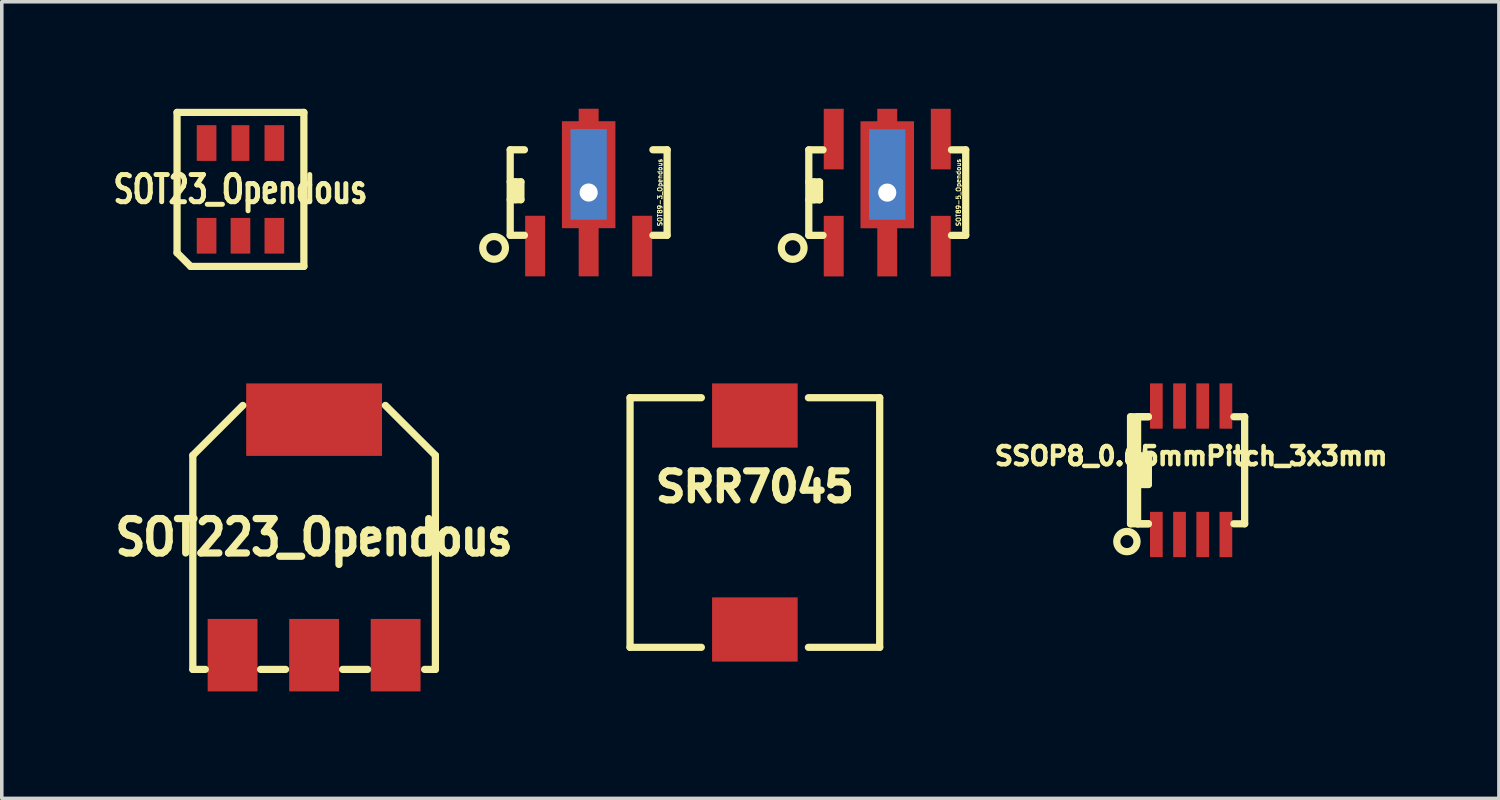
<source format=kicad_pcb>
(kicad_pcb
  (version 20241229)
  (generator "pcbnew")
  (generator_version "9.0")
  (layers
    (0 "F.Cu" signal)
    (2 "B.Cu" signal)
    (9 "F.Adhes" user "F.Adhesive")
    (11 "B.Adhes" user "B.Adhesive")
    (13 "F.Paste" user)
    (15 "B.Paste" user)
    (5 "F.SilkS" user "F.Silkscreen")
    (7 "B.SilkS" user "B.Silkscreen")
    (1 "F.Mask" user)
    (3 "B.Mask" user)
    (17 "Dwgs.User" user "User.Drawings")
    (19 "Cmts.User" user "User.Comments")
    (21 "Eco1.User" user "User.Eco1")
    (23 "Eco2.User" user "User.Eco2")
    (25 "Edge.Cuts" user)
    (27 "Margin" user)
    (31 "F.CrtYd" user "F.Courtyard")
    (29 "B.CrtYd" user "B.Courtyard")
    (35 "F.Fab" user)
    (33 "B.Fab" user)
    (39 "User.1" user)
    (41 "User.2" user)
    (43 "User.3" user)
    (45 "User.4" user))
  (footprint "SOT223_Opendous"
    (layer "F.Cu")
    (at 5.758 12.02)
    (property "Reference" "SOT223_Opendous" (at 0 0 0) (layer "F.SilkS") (effects (font (size 0.965 0.813) (thickness 0.203))))
    (attr smd)
    (fp_line (start -3.401 -2.301) (end -3.401 3.701) (stroke (width 0.203) (type solid)) (layer "F.SilkS"))
    (fp_line (start -3.401 -2.301) (end -1.999 -3.701) (stroke (width 0.203) (type solid)) (layer "F.SilkS"))
    (fp_line (start -3.401 3.701) (end -3.051 3.701) (stroke (width 0.203) (type solid)) (layer "F.SilkS"))
    (fp_line (start -0.8 3.701) (end -1.501 3.701) (stroke (width 0.203) (type solid)) (layer "F.SilkS"))
    (fp_line (start 1.501 3.701) (end 0.8 3.701) (stroke (width 0.203) (type solid)) (layer "F.SilkS"))
    (fp_line (start 3.401 -2.301) (end 1.999 -3.701) (stroke (width 0.203) (type solid)) (layer "F.SilkS"))
    (fp_line (start 3.401 -2.301) (end 3.401 3.701) (stroke (width 0.203) (type solid)) (layer "F.SilkS"))
    (fp_line (start 3.401 3.701) (end 3.099 3.701) (stroke (width 0.203) (type solid)) (layer "F.SilkS"))
    (pad "1" smd rect (at -2.286 3.302) (size 1.397 2.032) (layers "F.Cu" "F.Mask" "F.Paste"))
    (pad "2" smd rect (at 0 3.302) (size 1.397 2.032) (layers "F.Cu" "F.Mask" "F.Paste"))
    (pad "3" smd rect (at 2.286 3.302) (size 1.397 2.032) (layers "F.Cu" "F.Mask" "F.Paste"))
    (pad "4" smd rect (at 0 -3.302) (size 3.81 2.032) (layers "F.Cu" "F.Mask" "F.Paste")))
  (footprint "SRR7045"
    (layer "F.Cu")
    (at 18.118 11.602)
    (property "Reference" "SRR7045" (at 0 -1.001 0) (layer "F.SilkS") (effects (font (size 0.813 0.813) (thickness 0.203))))
    (attr through_hole)
    (fp_line (start -3.5 -3.5) (end -3.5 3.5) (stroke (width 0.203) (type solid)) (layer "F.SilkS"))
    (fp_line (start -3.5 -3.5) (end -1.501 -3.5) (stroke (width 0.203) (type solid)) (layer "F.SilkS"))
    (fp_line (start -3.5 3.5) (end -1.501 3.5) (stroke (width 0.203) (type solid)) (layer "F.SilkS"))
    (fp_line (start 1.501 -3.5) (end 3.5 -3.5) (stroke (width 0.203) (type solid)) (layer "F.SilkS"))
    (fp_line (start 3.5 -3.5) (end 3.5 3.5) (stroke (width 0.203) (type solid)) (layer "F.SilkS"))
    (fp_line (start 3.5 3.5) (end 1.501 3.5) (stroke (width 0.203) (type solid)) (layer "F.SilkS"))
    (pad "1" smd rect (at 0 -3) (size 2.4 1.801) (layers "F.Cu" "F.Mask" "F.Paste"))
    (pad "2" smd rect (at 0 3) (size 2.4 1.801) (layers "F.Cu" "F.Mask" "F.Paste")))
  (footprint "SSOP8_0.65mmPitch_3x3mm"
    (layer "F.Cu")
    (at 30.351 10.137)
    (property "Reference" "SSOP8_0.65mmPitch_3x3mm" (at 0 -0.399 0) (layer "F.SilkS") (effects (font (size 0.508 0.508) (thickness 0.127))))
    (attr through_hole)
    (fp_line (start -1.699 -1.501) (end -1.699 1.501) (stroke (width 0.203) (type solid)) (layer "F.SilkS"))
    (fp_line (start -1.699 1.501) (end -1.199 1.501) (stroke (width 0.203) (type solid)) (layer "F.SilkS"))
    (fp_line (start -1.501 -1.501) (end -1.501 1.501) (stroke (width 0.203) (type solid)) (layer "F.SilkS"))
    (fp_line (start -1.501 -1.501) (end -1.199 -1.501) (stroke (width 0.203) (type solid)) (layer "F.SilkS"))
    (fp_line (start -1.501 0.399) (end -1.199 0.399) (stroke (width 0.203) (type solid)) (layer "F.SilkS"))
    (fp_line (start -1.501 1.501) (end -1.199 1.501) (stroke (width 0.203) (type solid)) (layer "F.SilkS"))
    (fp_line (start -1.4 -0.399) (end -1.4 0.399) (stroke (width 0.203) (type solid)) (layer "F.SilkS"))
    (fp_line (start -1.3 0.399) (end -1.3 -0.399) (stroke (width 0.203) (type solid)) (layer "F.SilkS"))
    (fp_line (start -1.199 -1.501) (end -1.699 -1.501) (stroke (width 0.203) (type solid)) (layer "F.SilkS"))
    (fp_line (start -1.199 -0.399) (end -1.501 -0.399) (stroke (width 0.203) (type solid)) (layer "F.SilkS"))
    (fp_line (start -1.199 0.399) (end -1.199 -0.399) (stroke (width 0.203) (type solid)) (layer "F.SilkS"))
    (fp_line (start 1.501 -1.501) (end 1.199 -1.501) (stroke (width 0.203) (type solid)) (layer "F.SilkS"))
    (fp_line (start 1.501 -1.501) (end 1.501 1.501) (stroke (width 0.203) (type solid)) (layer "F.SilkS"))
    (fp_line (start 1.501 1.501) (end 1.199 1.501) (stroke (width 0.203) (type solid)) (layer "F.SilkS"))
    (fp_circle (center -1.801 1.999) (end -1.6 2.2) (stroke (width 0.203) (type solid)) (fill no) (layer "F.SilkS"))
    (pad "1" smd rect (at -0.975 1.801) (size 0.356 1.27) (layers "F.Cu" "F.Mask" "F.Paste"))
    (pad "2" smd rect (at -0.325 1.801) (size 0.356 1.27) (layers "F.Cu" "F.Mask" "F.Paste"))
    (pad "3" smd rect (at 0.325 1.801) (size 0.356 1.27) (layers "F.Cu" "F.Mask" "F.Paste"))
    (pad "4" smd rect (at 0.975 1.801) (size 0.356 1.27) (layers "F.Cu" "F.Mask" "F.Paste"))
    (pad "5" smd rect (at 0.975 -1.801) (size 0.356 1.27) (layers "F.Cu" "F.Mask" "F.Paste"))
    (pad "6" smd rect (at 0.325 -1.801) (size 0.356 1.27) (layers "F.Cu" "F.Mask" "F.Paste"))
    (pad "7" smd rect (at -0.325 -1.801) (size 0.356 1.27) (layers "F.Cu" "F.Mask" "F.Paste"))
    (pad "8" smd rect (at -0.975 -1.801) (size 0.356 1.27) (layers "F.Cu" "F.Mask" "F.Paste")))
  (footprint "SOT23_Opendous"
    (layer "F.Cu")
    (at 3.693 2.261)
    (property "Reference" "SOT23_Opendous" (at 0 0 0) (layer "F.SilkS") (effects (font (size 0.762 0.559) (thickness 0.14))))
    (attr smd)
    (fp_line (start -1.778 -2.159) (end -1.778 1.778) (stroke (width 0.203) (type solid)) (layer "F.SilkS"))
    (fp_line (start -1.778 -2.159) (end 1.778 -2.159) (stroke (width 0.203) (type solid)) (layer "F.SilkS"))
    (fp_line (start -1.397 2.159) (end -1.778 1.778) (stroke (width 0.203) (type solid)) (layer "F.SilkS"))
    (fp_line (start 1.778 -2.159) (end 1.778 2.159) (stroke (width 0.203) (type solid)) (layer "F.SilkS"))
    (fp_line (start 1.778 2.159) (end -1.397 2.159) (stroke (width 0.203) (type solid)) (layer "F.SilkS"))
    (pad "1" smd rect (at -0.95 1.3) (size 0.551 1.001) (layers "F.Cu" "F.Mask" "F.Paste"))
    (pad "2" smd rect (at 0 1.3) (size 0.551 1.001) (layers "F.Cu" "F.Mask" "F.Paste"))
    (pad "3" smd rect (at 0.95 1.3) (size 0.551 1.001) (layers "F.Cu" "F.Mask" "F.Paste"))
    (pad "4" smd rect (at 0.95 -1.3) (size 0.551 1.001) (layers "F.Cu" "F.Mask" "F.Paste"))
    (pad "5" smd rect (at -0.95 -1.3) (size 0.551 1.001) (layers "F.Cu" "F.Mask" "F.Paste"))
    (pad "6" smd rect (at 0 -1.3) (size 0.5 1.001) (layers "F.Cu" "F.Mask" "F.Paste")))
  (footprint "SOT89-5_Opendous"
    (layer "F.Cu")
    (at 21.83 2.351)
    (property "Reference" "SOT89-5_Opendous" (at 1.999 0 90) (layer "F.SilkS") (effects (font (size 0.127 0.127) (thickness 0.025))))
    (attr through_hole)
    (fp_line (start -2.2 -1.199) (end -2.2 1.199) (stroke (width 0.203) (type solid)) (layer "F.SilkS"))
    (fp_line (start -2.2 -1.199) (end -1.801 -1.199) (stroke (width 0.203) (type solid)) (layer "F.SilkS"))
    (fp_line (start -2.2 -0.3) (end -1.9 -0.3) (stroke (width 0.203) (type solid)) (layer "F.SilkS"))
    (fp_line (start -2.2 1.199) (end -1.801 1.199) (stroke (width 0.203) (type solid)) (layer "F.SilkS"))
    (fp_line (start -2.05 -0.3) (end -2.05 0.201) (stroke (width 0.203) (type solid)) (layer "F.SilkS"))
    (fp_line (start -1.9 -0.3) (end -1.9 0.201) (stroke (width 0.203) (type solid)) (layer "F.SilkS"))
    (fp_line (start -1.9 0.201) (end -2.2 0.201) (stroke (width 0.203) (type solid)) (layer "F.SilkS"))
    (fp_line (start 2.2 -1.199) (end 1.801 -1.199) (stroke (width 0.203) (type solid)) (layer "F.SilkS"))
    (fp_line (start 2.2 -1.199) (end 2.2 1.199) (stroke (width 0.203) (type solid)) (layer "F.SilkS"))
    (fp_line (start 2.2 1.199) (end 1.801 1.199) (stroke (width 0.203) (type solid)) (layer "F.SilkS"))
    (fp_circle (center -2.652 1.552) (end -2.349 1.651) (stroke (width 0.203) (type solid)) (fill no) (layer "F.SilkS"))
    (pad "1" smd rect (at -1.501 1.501) (size 0.559 1.699) (layers "F.Cu" "F.Mask" "F.Paste"))
    (pad "2" smd rect (at 0 -1.25) (size 0.559 2.2) (layers "F.Cu" "F.Mask" "F.Paste"))
    (pad "2" smd rect (at 0 -0.5) (size 1.501 3) (layers "F.Cu" "F.Mask"))
    (pad "2" smd rect (at 0 1.25) (size 0.559 2.2) (layers "F.Cu" "F.Mask" "F.Paste"))
    (pad "3" thru_hole rect (at 0 0) (size 1.016 2.54) (drill 0.508 (offset 0 -0.508)) (layers "*.Cu" "F.Mask" "F.Paste"))
    (pad "3" smd rect (at 1.501 1.501) (size 0.559 1.699) (layers "F.Cu" "F.Mask" "F.Paste"))
    (pad "4" smd rect (at 1.501 -1.501) (size 0.559 1.699) (layers "F.Cu" "F.Mask" "F.Paste"))
    (pad "5" smd rect (at -1.501 -1.501) (size 0.559 1.699) (layers "F.Cu" "F.Mask" "F.Paste")))
  (footprint "SOT89-3_Opendous"
    (layer "F.Cu")
    (at 13.457 2.349)
    (property "Reference" "SOT89-3_Opendous" (at 1.999 0 90) (layer "F.SilkS") (effects (font (size 0.127 0.127) (thickness 0.025))))
    (attr through_hole)
    (fp_line (start -2.2 -1.199) (end -2.2 1.199) (stroke (width 0.203) (type solid)) (layer "F.SilkS"))
    (fp_line (start -2.2 -1.199) (end -1.801 -1.199) (stroke (width 0.203) (type solid)) (layer "F.SilkS"))
    (fp_line (start -2.2 -0.3) (end -1.9 -0.3) (stroke (width 0.203) (type solid)) (layer "F.SilkS"))
    (fp_line (start -2.2 1.199) (end -1.801 1.199) (stroke (width 0.203) (type solid)) (layer "F.SilkS"))
    (fp_line (start -2.05 -0.3) (end -2.05 0.201) (stroke (width 0.203) (type solid)) (layer "F.SilkS"))
    (fp_line (start -1.9 -0.3) (end -1.9 0.201) (stroke (width 0.203) (type solid)) (layer "F.SilkS"))
    (fp_line (start -1.9 0.201) (end -2.2 0.201) (stroke (width 0.203) (type solid)) (layer "F.SilkS"))
    (fp_line (start 2.2 -1.199) (end 1.801 -1.199) (stroke (width 0.203) (type solid)) (layer "F.SilkS"))
    (fp_line (start 2.2 -1.199) (end 2.2 1.199) (stroke (width 0.203) (type solid)) (layer "F.SilkS"))
    (fp_line (start 2.2 1.199) (end 1.801 1.199) (stroke (width 0.203) (type solid)) (layer "F.SilkS"))
    (fp_circle (center -2.652 1.552) (end -2.349 1.651) (stroke (width 0.203) (type solid)) (fill no) (layer "F.SilkS"))
    (pad "1" smd rect (at -1.501 1.501) (size 0.559 1.699) (layers "F.Cu" "F.Mask" "F.Paste"))
    (pad "2" smd rect (at 0 -1.25) (size 0.559 2.2) (layers "F.Cu" "F.Mask" "F.Paste"))
    (pad "2" smd rect (at 0 -0.5) (size 1.501 3) (layers "F.Cu" "F.Mask"))
    (pad "2" smd rect (at 0 1.25) (size 0.559 2.2) (layers "F.Cu" "F.Mask" "F.Paste"))
    (pad "3" thru_hole rect (at 0 0) (size 1.016 2.54) (drill 0.508 (offset 0 -0.508)) (layers "*.Cu" "F.Mask" "F.Paste"))
    (pad "3" smd rect (at 1.501 1.501) (size 0.559 1.699) (layers "F.Cu" "F.Mask" "F.Paste")))
  (gr_rect
    (start -3 -3)
    (end 38.982 19.338)
    (stroke (width 0.1) (type default))
    (fill no)
    (layer "Edge.Cuts")))
</source>
